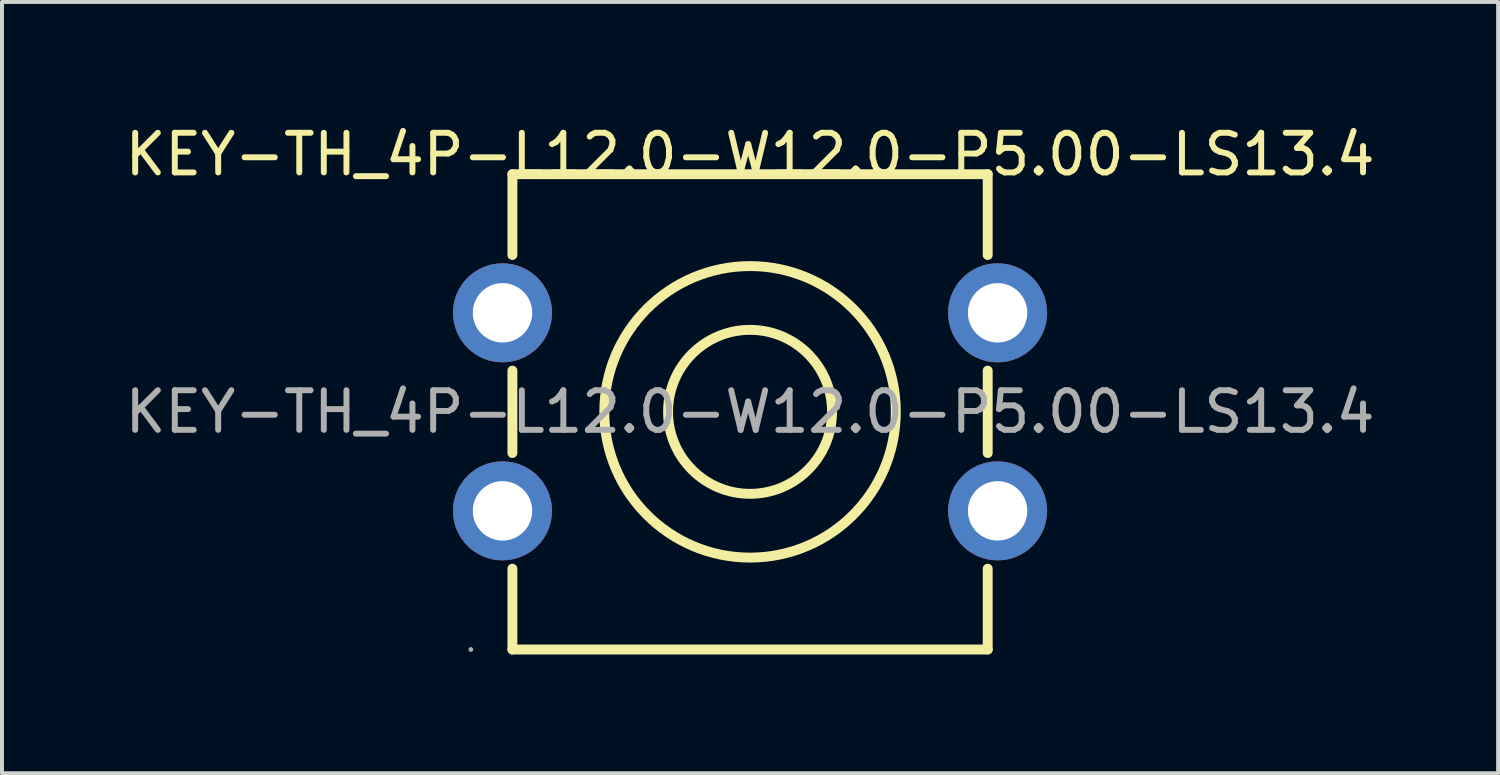
<source format=kicad_pcb>
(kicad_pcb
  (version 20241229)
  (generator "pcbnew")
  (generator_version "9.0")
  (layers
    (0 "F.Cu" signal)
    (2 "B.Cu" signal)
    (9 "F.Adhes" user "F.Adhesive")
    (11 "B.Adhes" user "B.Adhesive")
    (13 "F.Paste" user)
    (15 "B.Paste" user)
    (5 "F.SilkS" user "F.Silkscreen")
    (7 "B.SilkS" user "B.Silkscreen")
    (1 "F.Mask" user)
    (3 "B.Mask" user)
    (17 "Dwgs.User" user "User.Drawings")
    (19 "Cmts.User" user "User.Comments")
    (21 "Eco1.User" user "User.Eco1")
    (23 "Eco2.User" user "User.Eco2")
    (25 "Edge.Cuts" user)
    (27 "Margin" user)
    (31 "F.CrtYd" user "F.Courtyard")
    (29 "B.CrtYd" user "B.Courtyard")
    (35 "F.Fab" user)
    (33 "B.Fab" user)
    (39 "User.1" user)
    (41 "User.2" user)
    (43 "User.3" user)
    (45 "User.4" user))
  (footprint "KEY-TH_4P-L12.0-W12.0-P5.00-LS13.4"
    (layer "F.Cu")
    (at 15.887 7.348)
    (property "Reference" "KEY-TH_4P-L12.0-W12.0-P5.00-LS13.4" (at 0 -6.5 0) (layer "F.SilkS") (effects (font (size 1 1) (thickness 0.15))))
    (attr through_hole)
    (fp_line (start -6 -6) (end -6 -3.96) (stroke (width 0.25) (type solid)) (layer "F.SilkS"))
    (fp_line (start -6 -1.04) (end -6 1.04) (stroke (width 0.25) (type solid)) (layer "F.SilkS"))
    (fp_line (start -6 3.96) (end -6 6) (stroke (width 0.25) (type solid)) (layer "F.SilkS"))
    (fp_line (start -6 6) (end 6 6) (stroke (width 0.25) (type solid)) (layer "F.SilkS"))
    (fp_line (start 6 -6) (end -6 -6) (stroke (width 0.25) (type solid)) (layer "F.SilkS"))
    (fp_line (start 6 -3.96) (end 6 -6) (stroke (width 0.25) (type solid)) (layer "F.SilkS"))
    (fp_line (start 6 1.04) (end 6 -1.04) (stroke (width 0.25) (type solid)) (layer "F.SilkS"))
    (fp_line (start 6 6) (end 6 3.96) (stroke (width 0.25) (type solid)) (layer "F.SilkS"))
    (fp_circle (center 0 0) (end 2.07 0) (stroke (width 0.25) (type solid)) (fill no) (layer "F.SilkS"))
    (fp_circle (center 0 0) (end 3.68 0) (stroke (width 0.25) (type solid)) (fill no) (layer "F.SilkS"))
    (fp_circle (center -7.05 6) (end -7.02 6) (stroke (width 0.06) (type solid)) (fill no) (layer "F.Fab"))
    (fp_text user "${REFERENCE}" (at 0 0 0) (layer "F.Fab") (effects (font (size 1 1) (thickness 0.15))))
    (pad "1" thru_hole circle (at -6.25 2.5 180) (size 2.5 2.5) (drill 1.5) (layers "*.Cu" "*.Mask"))
    (pad "2" thru_hole circle (at 6.25 2.5 180) (size 2.5 2.5) (drill 1.5) (layers "*.Cu" "*.Mask"))
    (pad "3" thru_hole circle (at 6.25 -2.5 180) (size 2.5 2.5) (drill 1.5) (layers "*.Cu" "*.Mask"))
    (pad "4" thru_hole circle (at -6.25 -2.5 180) (size 2.5 2.5) (drill 1.5) (layers "*.Cu" "*.Mask")))
  (gr_rect
    (start -3 -3)
    (end 34.774 16.473)
    (stroke (width 0.1) (type default))
    (fill no)
    (layer "Edge.Cuts")))
</source>
